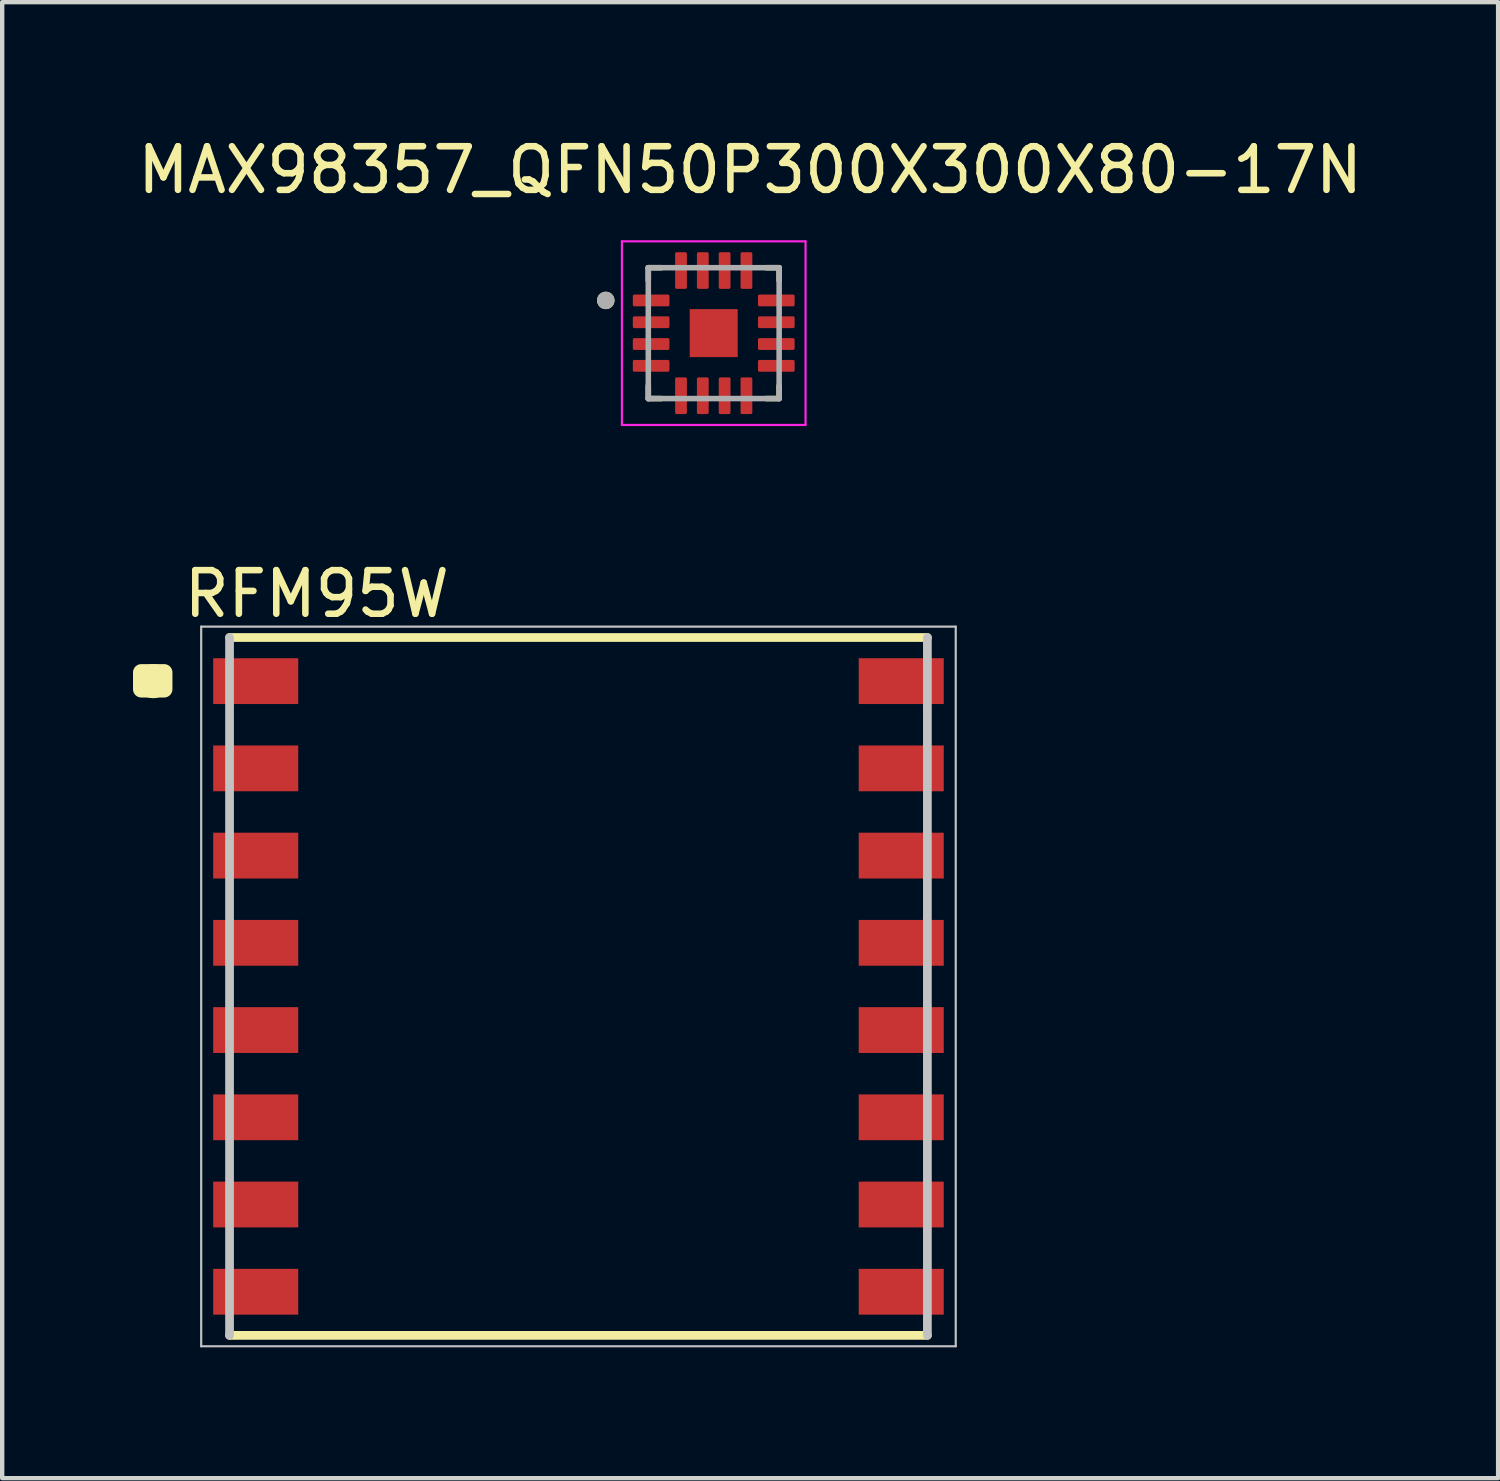
<source format=kicad_pcb>
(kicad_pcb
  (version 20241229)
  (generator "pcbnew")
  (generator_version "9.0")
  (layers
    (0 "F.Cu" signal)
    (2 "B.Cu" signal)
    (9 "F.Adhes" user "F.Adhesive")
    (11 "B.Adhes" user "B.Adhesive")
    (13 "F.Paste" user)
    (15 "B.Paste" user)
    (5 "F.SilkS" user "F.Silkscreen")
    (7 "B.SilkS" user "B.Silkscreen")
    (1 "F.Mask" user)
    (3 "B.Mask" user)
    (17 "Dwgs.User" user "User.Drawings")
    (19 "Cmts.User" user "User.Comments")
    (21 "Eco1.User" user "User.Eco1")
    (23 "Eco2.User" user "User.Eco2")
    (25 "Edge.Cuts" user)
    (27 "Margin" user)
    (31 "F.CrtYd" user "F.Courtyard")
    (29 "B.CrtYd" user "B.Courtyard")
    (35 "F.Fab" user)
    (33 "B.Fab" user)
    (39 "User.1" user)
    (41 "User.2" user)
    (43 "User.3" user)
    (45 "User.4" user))
  (footprint "MAX98357_QFN50P300X300X80-17N"
    (layer "F.Cu")
    (at 13.314 4.588)
    (property "Reference" "MAX98357_QFN50P300X300X80-17N" (at 0.835 -3.74 0) (layer "F.SilkS") (effects (font (size 1 1) (thickness 0.15))))
    (attr smd)
    (fp_line (start -1.5 -1.5) (end -1.5 -1.205) (stroke (width 0.127) (type solid)) (layer "F.SilkS"))
    (fp_line (start -1.5 -1.5) (end -1.205 -1.5) (stroke (width 0.127) (type solid)) (layer "F.SilkS"))
    (fp_line (start -1.5 1.5) (end -1.5 1.205) (stroke (width 0.127) (type solid)) (layer "F.SilkS"))
    (fp_line (start -1.5 1.5) (end -1.205 1.5) (stroke (width 0.127) (type solid)) (layer "F.SilkS"))
    (fp_line (start 1.5 -1.5) (end 1.205 -1.5) (stroke (width 0.127) (type solid)) (layer "F.SilkS"))
    (fp_line (start 1.5 -1.5) (end 1.5 -1.205) (stroke (width 0.127) (type solid)) (layer "F.SilkS"))
    (fp_line (start 1.5 1.5) (end 1.205 1.5) (stroke (width 0.127) (type solid)) (layer "F.SilkS"))
    (fp_line (start 1.5 1.5) (end 1.5 1.205) (stroke (width 0.127) (type solid)) (layer "F.SilkS"))
    (fp_circle (center -2.475 -0.75) (end -2.375 -0.75) (stroke (width 0.2) (type solid)) (fill no) (layer "F.SilkS"))
    (fp_poly (pts (xy -0.35 -0.35) (xy 0.35 -0.35) (xy 0.35 0.35) (xy -0.35 0.35)) (stroke (width 0.01) (type solid)) (fill yes) (layer "F.Paste"))
    (fp_line (start -2.105 -2.105) (end 2.105 -2.105) (stroke (width 0.05) (type solid)) (layer "F.CrtYd"))
    (fp_line (start -2.105 2.105) (end -2.105 -2.105) (stroke (width 0.05) (type solid)) (layer "F.CrtYd"))
    (fp_line (start -2.105 2.105) (end 2.105 2.105) (stroke (width 0.05) (type solid)) (layer "F.CrtYd"))
    (fp_line (start 2.105 2.105) (end 2.105 -2.105) (stroke (width 0.05) (type solid)) (layer "F.CrtYd"))
    (fp_line (start -1.5 1.5) (end -1.5 -1.5) (stroke (width 0.127) (type solid)) (layer "F.Fab"))
    (fp_line (start 1.5 -1.5) (end -1.5 -1.5) (stroke (width 0.127) (type solid)) (layer "F.Fab"))
    (fp_line (start 1.5 1.5) (end -1.5 1.5) (stroke (width 0.127) (type solid)) (layer "F.Fab"))
    (fp_line (start 1.5 1.5) (end 1.5 -1.5) (stroke (width 0.127) (type solid)) (layer "F.Fab"))
    (fp_circle (center -2.475 -0.75) (end -2.375 -0.75) (stroke (width 0.2) (type solid)) (fill no) (layer "F.Fab"))
    (pad "1" smd roundrect (at -1.435 -0.75) (size 0.84 0.27) (layers "F.Cu" "F.Mask" "F.Paste") (roundrect_rratio 0.125))
    (pad "2" smd roundrect (at -1.435 -0.25) (size 0.84 0.27) (layers "F.Cu" "F.Mask" "F.Paste") (roundrect_rratio 0.125))
    (pad "3" smd roundrect (at -1.435 0.25) (size 0.84 0.27) (layers "F.Cu" "F.Mask" "F.Paste") (roundrect_rratio 0.125))
    (pad "4" smd roundrect (at -1.435 0.75) (size 0.84 0.27) (layers "F.Cu" "F.Mask" "F.Paste") (roundrect_rratio 0.125))
    (pad "5" smd roundrect (at -0.75 1.435 90) (size 0.84 0.27) (layers "F.Cu" "F.Mask" "F.Paste") (roundrect_rratio 0.125))
    (pad "6" smd roundrect (at -0.25 1.435 90) (size 0.84 0.27) (layers "F.Cu" "F.Mask" "F.Paste") (roundrect_rratio 0.125))
    (pad "7" smd roundrect (at 0.25 1.435 90) (size 0.84 0.27) (layers "F.Cu" "F.Mask" "F.Paste") (roundrect_rratio 0.125))
    (pad "8" smd roundrect (at 0.75 1.435 90) (size 0.84 0.27) (layers "F.Cu" "F.Mask" "F.Paste") (roundrect_rratio 0.125))
    (pad "9" smd roundrect (at 1.435 0.75) (size 0.84 0.27) (layers "F.Cu" "F.Mask" "F.Paste") (roundrect_rratio 0.125))
    (pad "10" smd roundrect (at 1.435 0.25) (size 0.84 0.27) (layers "F.Cu" "F.Mask" "F.Paste") (roundrect_rratio 0.125))
    (pad "11" smd roundrect (at 1.435 -0.25) (size 0.84 0.27) (layers "F.Cu" "F.Mask" "F.Paste") (roundrect_rratio 0.125))
    (pad "12" smd roundrect (at 1.435 -0.75) (size 0.84 0.27) (layers "F.Cu" "F.Mask" "F.Paste") (roundrect_rratio 0.125))
    (pad "13" smd roundrect (at 0.75 -1.435 90) (size 0.84 0.27) (layers "F.Cu" "F.Mask" "F.Paste") (roundrect_rratio 0.125))
    (pad "14" smd roundrect (at 0.25 -1.435 90) (size 0.84 0.27) (layers "F.Cu" "F.Mask" "F.Paste") (roundrect_rratio 0.125))
    (pad "15" smd roundrect (at -0.25 -1.435 90) (size 0.84 0.27) (layers "F.Cu" "F.Mask" "F.Paste") (roundrect_rratio 0.125))
    (pad "16" smd roundrect (at -0.75 -1.435 90) (size 0.84 0.27) (layers "F.Cu" "F.Mask" "F.Paste") (roundrect_rratio 0.125))
    (pad "17" smd rect (at 0 0) (size 1.1 1.1) (layers "F.Cu" "F.Mask")))
  (footprint "RFM95W"
    (layer "F.Cu")
    (at 10.213 19.567)
    (property "Reference" "RFM95W" (at -6 -9 0) (layer "F.SilkS") (effects (font (size 1 1) (thickness 0.15))))
    (attr smd)
    (fp_line (start -8 -8) (end 8 -8) (stroke (width 0.2) (type solid)) (layer "F.SilkS"))
    (fp_line (start 8 8) (end -8 8) (stroke (width 0.2) (type solid)) (layer "F.SilkS"))
    (fp_circle (center -9.75 -7) (end -9.458 -7) (stroke (width 0.2) (type solid)) (fill no) (layer "F.SilkS"))
    (fp_poly (pts (xy -10.023 -7.2) (xy -9.5 -7.2) (xy -9.5 -6.815) (xy -10.023 -6.815)) (stroke (width 0.381) (type solid)) (fill yes) (layer "F.SilkS"))
    (fp_line (start -8.65 -8.25) (end 8.65 -8.25) (stroke (width 0.05) (type solid)) (layer "Dwgs.User"))
    (fp_line (start -8.65 8.25) (end -8.65 -8.25) (stroke (width 0.05) (type solid)) (layer "Dwgs.User"))
    (fp_line (start -8 8) (end -8 -8) (stroke (width 0.2) (type solid)) (layer "Dwgs.User"))
    (fp_line (start 8 -8) (end 8 8) (stroke (width 0.2) (type solid)) (layer "Dwgs.User"))
    (fp_line (start 8.65 -8.25) (end 8.65 8.25) (stroke (width 0.05) (type solid)) (layer "Dwgs.User"))
    (fp_line (start 8.65 8.25) (end -8.65 8.25) (stroke (width 0.05) (type solid)) (layer "Dwgs.User"))
    (pad "1" smd rect (at -7.4 -7) (size 1.95 1.05) (layers "F.Cu" "F.Mask" "F.Paste"))
    (pad "2" smd rect (at -7.4 -5) (size 1.95 1.05) (layers "F.Cu" "F.Mask" "F.Paste"))
    (pad "3" smd rect (at -7.4 -3) (size 1.95 1.05) (layers "F.Cu" "F.Mask" "F.Paste"))
    (pad "4" smd rect (at -7.4 -1) (size 1.95 1.05) (layers "F.Cu" "F.Mask" "F.Paste"))
    (pad "5" smd rect (at -7.4 1) (size 1.95 1.05) (layers "F.Cu" "F.Mask" "F.Paste"))
    (pad "6" smd rect (at -7.4 3) (size 1.95 1.05) (layers "F.Cu" "F.Mask" "F.Paste"))
    (pad "7" smd rect (at -7.4 5) (size 1.95 1.05) (layers "F.Cu" "F.Mask" "F.Paste"))
    (pad "8" smd rect (at -7.4 7) (size 1.95 1.05) (layers "F.Cu" "F.Mask" "F.Paste"))
    (pad "9" smd rect (at 7.4 7 180) (size 1.95 1.05) (layers "F.Cu" "F.Mask" "F.Paste"))
    (pad "10" smd rect (at 7.4 5 180) (size 1.95 1.05) (layers "F.Cu" "F.Mask" "F.Paste"))
    (pad "11" smd rect (at 7.4 3 180) (size 1.95 1.05) (layers "F.Cu" "F.Mask" "F.Paste"))
    (pad "12" smd rect (at 7.4 1 180) (size 1.95 1.05) (layers "F.Cu" "F.Mask" "F.Paste"))
    (pad "13" smd rect (at 7.4 -1 180) (size 1.95 1.05) (layers "F.Cu" "F.Mask" "F.Paste"))
    (pad "14" smd rect (at 7.4 -3 180) (size 1.95 1.05) (layers "F.Cu" "F.Mask" "F.Paste"))
    (pad "15" smd rect (at 7.4 -5 180) (size 1.95 1.05) (layers "F.Cu" "F.Mask" "F.Paste"))
    (pad "16" smd rect (at 7.4 -7 180) (size 1.95 1.05) (layers "F.Cu" "F.Mask" "F.Paste")))
  (gr_rect
    (start -3 -3)
    (end 31.298 30.841)
    (stroke (width 0.1) (type default))
    (fill no)
    (layer "Edge.Cuts")))
</source>
